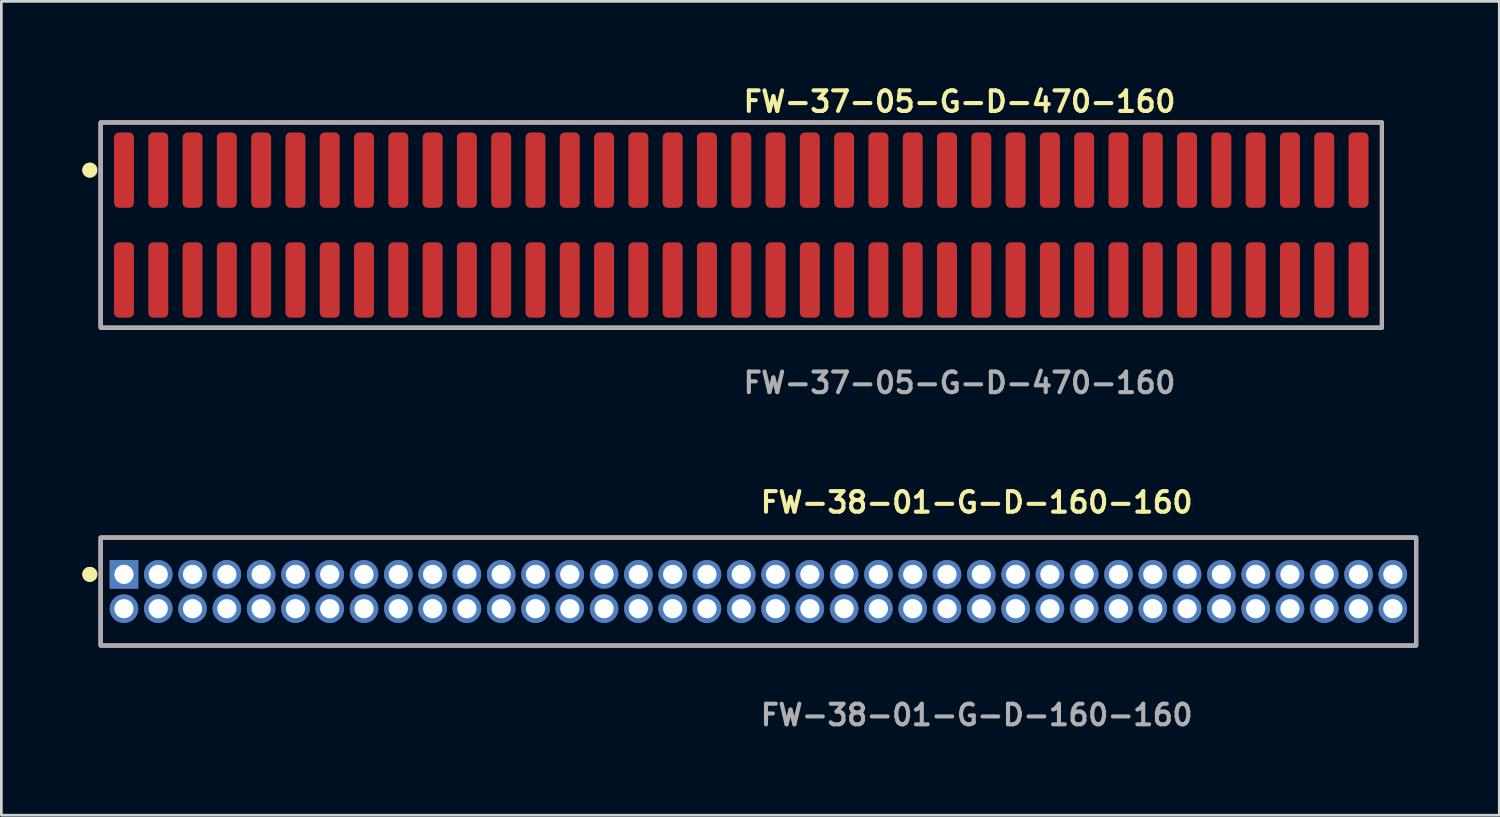
<source format=kicad_pcb>
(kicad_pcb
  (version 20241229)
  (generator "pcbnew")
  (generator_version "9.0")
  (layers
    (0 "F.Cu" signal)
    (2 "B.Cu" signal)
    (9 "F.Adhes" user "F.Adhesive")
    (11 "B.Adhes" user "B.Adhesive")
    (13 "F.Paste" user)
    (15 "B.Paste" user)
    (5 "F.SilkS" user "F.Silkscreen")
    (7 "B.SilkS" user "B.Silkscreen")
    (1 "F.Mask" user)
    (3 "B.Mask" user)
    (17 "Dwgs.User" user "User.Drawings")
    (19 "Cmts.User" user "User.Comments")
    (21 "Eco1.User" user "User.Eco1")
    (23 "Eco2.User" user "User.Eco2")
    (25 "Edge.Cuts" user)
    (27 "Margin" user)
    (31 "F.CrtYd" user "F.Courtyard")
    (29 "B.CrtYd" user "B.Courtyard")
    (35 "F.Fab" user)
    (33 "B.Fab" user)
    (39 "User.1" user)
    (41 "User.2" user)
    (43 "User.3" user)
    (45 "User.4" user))
  (footprint "FW-37-05-G-D-470-160"
    (layer "F.Cu")
    (at 24.401 5.285)
    (property "Reference" "FW-37-05-G-D-470-160" (at 0 -4.572 0) (unlocked yes) (layer "F.SilkS") (effects (font (size 0.762 0.762) (thickness 0.152)) (justify left)))
    (fp_rect (start -23.725 3.8) (end 23.725 -3.8) (stroke (width 0.152) (type solid)) (fill no) (layer "F.SilkS"))
    (fp_circle (center -24.125 -2.035) (end -24.325 -2.035) (stroke (width 0.152) (type solid)) (fill yes) (layer "F.SilkS"))
    (fp_circle (center -24.125 -2.035) (end -24.325 -2.035) (stroke (width 0.152) (type solid)) (fill yes) (layer "F.SilkS"))
    (fp_rect (start -23.725 3.8) (end 23.725 -3.8) (stroke (width 0.006) (type solid)) (fill no) (layer "F.CrtYd"))
    (fp_rect (start -23.725 3.8) (end 23.725 -3.8) (stroke (width 0.152) (type solid)) (fill no) (layer "F.Fab"))
    (fp_text user "${REFERENCE}" (at 0 5.842 0) (unlocked yes) (layer "F.Fab") (effects (font (size 0.762 0.762) (thickness 0.152)) (justify left)))
    (pad "1" smd roundrect (at -22.86 -2.035) (size 0.74 2.79) (layers "F.Cu" "F.Paste") (roundrect_rratio 0.25))
    (pad "2" smd roundrect (at -22.86 2.035) (size 0.74 2.79) (layers "F.Cu" "F.Paste") (roundrect_rratio 0.25))
    (pad "3" smd roundrect (at -21.59 -2.035) (size 0.74 2.79) (layers "F.Cu" "F.Paste") (roundrect_rratio 0.25))
    (pad "4" smd roundrect (at -21.59 2.035) (size 0.74 2.79) (layers "F.Cu" "F.Paste") (roundrect_rratio 0.25))
    (pad "5" smd roundrect (at -20.32 -2.035) (size 0.74 2.79) (layers "F.Cu" "F.Paste") (roundrect_rratio 0.25))
    (pad "6" smd roundrect (at -20.32 2.035) (size 0.74 2.79) (layers "F.Cu" "F.Paste") (roundrect_rratio 0.25))
    (pad "7" smd roundrect (at -19.05 -2.035) (size 0.74 2.79) (layers "F.Cu" "F.Paste") (roundrect_rratio 0.25))
    (pad "8" smd roundrect (at -19.05 2.035) (size 0.74 2.79) (layers "F.Cu" "F.Paste") (roundrect_rratio 0.25))
    (pad "9" smd roundrect (at -17.78 -2.035) (size 0.74 2.79) (layers "F.Cu" "F.Paste") (roundrect_rratio 0.25))
    (pad "10" smd roundrect (at -17.78 2.035) (size 0.74 2.79) (layers "F.Cu" "F.Paste") (roundrect_rratio 0.25))
    (pad "11" smd roundrect (at -16.51 -2.035) (size 0.74 2.79) (layers "F.Cu" "F.Paste") (roundrect_rratio 0.25))
    (pad "12" smd roundrect (at -16.51 2.035) (size 0.74 2.79) (layers "F.Cu" "F.Paste") (roundrect_rratio 0.25))
    (pad "13" smd roundrect (at -15.24 -2.035) (size 0.74 2.79) (layers "F.Cu" "F.Paste") (roundrect_rratio 0.25))
    (pad "14" smd roundrect (at -15.24 2.035) (size 0.74 2.79) (layers "F.Cu" "F.Paste") (roundrect_rratio 0.25))
    (pad "15" smd roundrect (at -13.97 -2.035) (size 0.74 2.79) (layers "F.Cu" "F.Paste") (roundrect_rratio 0.25))
    (pad "16" smd roundrect (at -13.97 2.035) (size 0.74 2.79) (layers "F.Cu" "F.Paste") (roundrect_rratio 0.25))
    (pad "17" smd roundrect (at -12.7 -2.035) (size 0.74 2.79) (layers "F.Cu" "F.Paste") (roundrect_rratio 0.25))
    (pad "18" smd roundrect (at -12.7 2.035) (size 0.74 2.79) (layers "F.Cu" "F.Paste") (roundrect_rratio 0.25))
    (pad "19" smd roundrect (at -11.43 -2.035) (size 0.74 2.79) (layers "F.Cu" "F.Paste") (roundrect_rratio 0.25))
    (pad "20" smd roundrect (at -11.43 2.035) (size 0.74 2.79) (layers "F.Cu" "F.Paste") (roundrect_rratio 0.25))
    (pad "21" smd roundrect (at -10.16 -2.035) (size 0.74 2.79) (layers "F.Cu" "F.Paste") (roundrect_rratio 0.25))
    (pad "22" smd roundrect (at -10.16 2.035) (size 0.74 2.79) (layers "F.Cu" "F.Paste") (roundrect_rratio 0.25))
    (pad "23" smd roundrect (at -8.89 -2.035) (size 0.74 2.79) (layers "F.Cu" "F.Paste") (roundrect_rratio 0.25))
    (pad "24" smd roundrect (at -8.89 2.035) (size 0.74 2.79) (layers "F.Cu" "F.Paste") (roundrect_rratio 0.25))
    (pad "25" smd roundrect (at -7.62 -2.035) (size 0.74 2.79) (layers "F.Cu" "F.Paste") (roundrect_rratio 0.25))
    (pad "26" smd roundrect (at -7.62 2.035) (size 0.74 2.79) (layers "F.Cu" "F.Paste") (roundrect_rratio 0.25))
    (pad "27" smd roundrect (at -6.35 -2.035) (size 0.74 2.79) (layers "F.Cu" "F.Paste") (roundrect_rratio 0.25))
    (pad "28" smd roundrect (at -6.35 2.035) (size 0.74 2.79) (layers "F.Cu" "F.Paste") (roundrect_rratio 0.25))
    (pad "29" smd roundrect (at -5.08 -2.035) (size 0.74 2.79) (layers "F.Cu" "F.Paste") (roundrect_rratio 0.25))
    (pad "30" smd roundrect (at -5.08 2.035) (size 0.74 2.79) (layers "F.Cu" "F.Paste") (roundrect_rratio 0.25))
    (pad "31" smd roundrect (at -3.81 -2.035) (size 0.74 2.79) (layers "F.Cu" "F.Paste") (roundrect_rratio 0.25))
    (pad "32" smd roundrect (at -3.81 2.035) (size 0.74 2.79) (layers "F.Cu" "F.Paste") (roundrect_rratio 0.25))
    (pad "33" smd roundrect (at -2.54 -2.035) (size 0.74 2.79) (layers "F.Cu" "F.Paste") (roundrect_rratio 0.25))
    (pad "34" smd roundrect (at -2.54 2.035) (size 0.74 2.79) (layers "F.Cu" "F.Paste") (roundrect_rratio 0.25))
    (pad "35" smd roundrect (at -1.27 -2.035) (size 0.74 2.79) (layers "F.Cu" "F.Paste") (roundrect_rratio 0.25))
    (pad "36" smd roundrect (at -1.27 2.035) (size 0.74 2.79) (layers "F.Cu" "F.Paste") (roundrect_rratio 0.25))
    (pad "37" smd roundrect (at 0 -2.035) (size 0.74 2.79) (layers "F.Cu" "F.Paste") (roundrect_rratio 0.25))
    (pad "38" smd roundrect (at 0 2.035) (size 0.74 2.79) (layers "F.Cu" "F.Paste") (roundrect_rratio 0.25))
    (pad "39" smd roundrect (at 1.27 -2.035) (size 0.74 2.79) (layers "F.Cu" "F.Paste") (roundrect_rratio 0.25))
    (pad "40" smd roundrect (at 1.27 2.035) (size 0.74 2.79) (layers "F.Cu" "F.Paste") (roundrect_rratio 0.25))
    (pad "41" smd roundrect (at 2.54 -2.035) (size 0.74 2.79) (layers "F.Cu" "F.Paste") (roundrect_rratio 0.25))
    (pad "42" smd roundrect (at 2.54 2.035) (size 0.74 2.79) (layers "F.Cu" "F.Paste") (roundrect_rratio 0.25))
    (pad "43" smd roundrect (at 3.81 -2.035) (size 0.74 2.79) (layers "F.Cu" "F.Paste") (roundrect_rratio 0.25))
    (pad "44" smd roundrect (at 3.81 2.035) (size 0.74 2.79) (layers "F.Cu" "F.Paste") (roundrect_rratio 0.25))
    (pad "45" smd roundrect (at 5.08 -2.035) (size 0.74 2.79) (layers "F.Cu" "F.Paste") (roundrect_rratio 0.25))
    (pad "46" smd roundrect (at 5.08 2.035) (size 0.74 2.79) (layers "F.Cu" "F.Paste") (roundrect_rratio 0.25))
    (pad "47" smd roundrect (at 6.35 -2.035) (size 0.74 2.79) (layers "F.Cu" "F.Paste") (roundrect_rratio 0.25))
    (pad "48" smd roundrect (at 6.35 2.035) (size 0.74 2.79) (layers "F.Cu" "F.Paste") (roundrect_rratio 0.25))
    (pad "49" smd roundrect (at 7.62 -2.035) (size 0.74 2.79) (layers "F.Cu" "F.Paste") (roundrect_rratio 0.25))
    (pad "50" smd roundrect (at 7.62 2.035) (size 0.74 2.79) (layers "F.Cu" "F.Paste") (roundrect_rratio 0.25))
    (pad "51" smd roundrect (at 8.89 -2.035) (size 0.74 2.79) (layers "F.Cu" "F.Paste") (roundrect_rratio 0.25))
    (pad "52" smd roundrect (at 8.89 2.035) (size 0.74 2.79) (layers "F.Cu" "F.Paste") (roundrect_rratio 0.25))
    (pad "53" smd roundrect (at 10.16 -2.035) (size 0.74 2.79) (layers "F.Cu" "F.Paste") (roundrect_rratio 0.25))
    (pad "54" smd roundrect (at 10.16 2.035) (size 0.74 2.79) (layers "F.Cu" "F.Paste") (roundrect_rratio 0.25))
    (pad "55" smd roundrect (at 11.43 -2.035) (size 0.74 2.79) (layers "F.Cu" "F.Paste") (roundrect_rratio 0.25))
    (pad "56" smd roundrect (at 11.43 2.035) (size 0.74 2.79) (layers "F.Cu" "F.Paste") (roundrect_rratio 0.25))
    (pad "57" smd roundrect (at 12.7 -2.035) (size 0.74 2.79) (layers "F.Cu" "F.Paste") (roundrect_rratio 0.25))
    (pad "58" smd roundrect (at 12.7 2.035) (size 0.74 2.79) (layers "F.Cu" "F.Paste") (roundrect_rratio 0.25))
    (pad "59" smd roundrect (at 13.97 -2.035) (size 0.74 2.79) (layers "F.Cu" "F.Paste") (roundrect_rratio 0.25))
    (pad "60" smd roundrect (at 13.97 2.035) (size 0.74 2.79) (layers "F.Cu" "F.Paste") (roundrect_rratio 0.25))
    (pad "61" smd roundrect (at 15.24 -2.035) (size 0.74 2.79) (layers "F.Cu" "F.Paste") (roundrect_rratio 0.25))
    (pad "62" smd roundrect (at 15.24 2.035) (size 0.74 2.79) (layers "F.Cu" "F.Paste") (roundrect_rratio 0.25))
    (pad "63" smd roundrect (at 16.51 -2.035) (size 0.74 2.79) (layers "F.Cu" "F.Paste") (roundrect_rratio 0.25))
    (pad "64" smd roundrect (at 16.51 2.035) (size 0.74 2.79) (layers "F.Cu" "F.Paste") (roundrect_rratio 0.25))
    (pad "65" smd roundrect (at 17.78 -2.035) (size 0.74 2.79) (layers "F.Cu" "F.Paste") (roundrect_rratio 0.25))
    (pad "66" smd roundrect (at 17.78 2.035) (size 0.74 2.79) (layers "F.Cu" "F.Paste") (roundrect_rratio 0.25))
    (pad "67" smd roundrect (at 19.05 -2.035) (size 0.74 2.79) (layers "F.Cu" "F.Paste") (roundrect_rratio 0.25))
    (pad "68" smd roundrect (at 19.05 2.035) (size 0.74 2.79) (layers "F.Cu" "F.Paste") (roundrect_rratio 0.25))
    (pad "69" smd roundrect (at 20.32 -2.035) (size 0.74 2.79) (layers "F.Cu" "F.Paste") (roundrect_rratio 0.25))
    (pad "70" smd roundrect (at 20.32 2.035) (size 0.74 2.79) (layers "F.Cu" "F.Paste") (roundrect_rratio 0.25))
    (pad "71" smd roundrect (at 21.59 -2.035) (size 0.74 2.79) (layers "F.Cu" "F.Paste") (roundrect_rratio 0.25))
    (pad "72" smd roundrect (at 21.59 2.035) (size 0.74 2.79) (layers "F.Cu" "F.Paste") (roundrect_rratio 0.25))
    (pad "73" smd roundrect (at 22.86 -2.035) (size 0.74 2.79) (layers "F.Cu" "F.Paste") (roundrect_rratio 0.25))
    (pad "74" smd roundrect (at 22.86 2.035) (size 0.74 2.79) (layers "F.Cu" "F.Paste") (roundrect_rratio 0.25)))
  (footprint "FW-38-01-G-D-160-160"
    (layer "F.Cu")
    (at 25.036 18.856)
    (property "Reference" "FW-38-01-G-D-160-160" (at 0 -3.302 0) (unlocked yes) (layer "F.SilkS") (effects (font (size 0.762 0.762) (thickness 0.152)) (justify left)))
    (fp_rect (start -24.36 2) (end 24.36 -2) (stroke (width 0.152) (type solid)) (fill no) (layer "F.SilkS"))
    (fp_circle (center -24.76 -0.635) (end -24.96 -0.635) (stroke (width 0.152) (type solid)) (fill yes) (layer "F.SilkS"))
    (fp_circle (center -24.76 -0.635) (end -24.96 -0.635) (stroke (width 0.152) (type solid)) (fill yes) (layer "F.SilkS"))
    (fp_rect (start -24.36 2) (end 24.36 -2) (stroke (width 0.006) (type solid)) (fill no) (layer "F.CrtYd"))
    (fp_rect (start -24.36 2) (end 24.36 -2) (stroke (width 0.152) (type solid)) (fill no) (layer "F.Fab"))
    (fp_text user "${REFERENCE}" (at 0 4.572 0) (unlocked yes) (layer "F.Fab") (effects (font (size 0.762 0.762) (thickness 0.152)) (justify left)))
    (pad "1" thru_hole rect (at -23.495 -0.635) (size 1.06 1.06) (drill 0.71) (layers "*.Cu" "*.Mask"))
    (pad "2" thru_hole circle (at -23.495 0.635) (size 1.06 1.06) (drill 0.71) (layers "*.Cu" "*.Mask"))
    (pad "3" thru_hole circle (at -22.225 -0.635) (size 1.06 1.06) (drill 0.71) (layers "*.Cu" "*.Mask"))
    (pad "4" thru_hole circle (at -22.225 0.635) (size 1.06 1.06) (drill 0.71) (layers "*.Cu" "*.Mask"))
    (pad "5" thru_hole circle (at -20.955 -0.635) (size 1.06 1.06) (drill 0.71) (layers "*.Cu" "*.Mask"))
    (pad "6" thru_hole circle (at -20.955 0.635) (size 1.06 1.06) (drill 0.71) (layers "*.Cu" "*.Mask"))
    (pad "7" thru_hole circle (at -19.685 -0.635) (size 1.06 1.06) (drill 0.71) (layers "*.Cu" "*.Mask"))
    (pad "8" thru_hole circle (at -19.685 0.635) (size 1.06 1.06) (drill 0.71) (layers "*.Cu" "*.Mask"))
    (pad "9" thru_hole circle (at -18.415 -0.635) (size 1.06 1.06) (drill 0.71) (layers "*.Cu" "*.Mask"))
    (pad "10" thru_hole circle (at -18.415 0.635) (size 1.06 1.06) (drill 0.71) (layers "*.Cu" "*.Mask"))
    (pad "11" thru_hole circle (at -17.145 -0.635) (size 1.06 1.06) (drill 0.71) (layers "*.Cu" "*.Mask"))
    (pad "12" thru_hole circle (at -17.145 0.635) (size 1.06 1.06) (drill 0.71) (layers "*.Cu" "*.Mask"))
    (pad "13" thru_hole circle (at -15.875 -0.635) (size 1.06 1.06) (drill 0.71) (layers "*.Cu" "*.Mask"))
    (pad "14" thru_hole circle (at -15.875 0.635) (size 1.06 1.06) (drill 0.71) (layers "*.Cu" "*.Mask"))
    (pad "15" thru_hole circle (at -14.605 -0.635) (size 1.06 1.06) (drill 0.71) (layers "*.Cu" "*.Mask"))
    (pad "16" thru_hole circle (at -14.605 0.635) (size 1.06 1.06) (drill 0.71) (layers "*.Cu" "*.Mask"))
    (pad "17" thru_hole circle (at -13.335 -0.635) (size 1.06 1.06) (drill 0.71) (layers "*.Cu" "*.Mask"))
    (pad "18" thru_hole circle (at -13.335 0.635) (size 1.06 1.06) (drill 0.71) (layers "*.Cu" "*.Mask"))
    (pad "19" thru_hole circle (at -12.065 -0.635) (size 1.06 1.06) (drill 0.71) (layers "*.Cu" "*.Mask"))
    (pad "20" thru_hole circle (at -12.065 0.635) (size 1.06 1.06) (drill 0.71) (layers "*.Cu" "*.Mask"))
    (pad "21" thru_hole circle (at -10.795 -0.635) (size 1.06 1.06) (drill 0.71) (layers "*.Cu" "*.Mask"))
    (pad "22" thru_hole circle (at -10.795 0.635) (size 1.06 1.06) (drill 0.71) (layers "*.Cu" "*.Mask"))
    (pad "23" thru_hole circle (at -9.525 -0.635) (size 1.06 1.06) (drill 0.71) (layers "*.Cu" "*.Mask"))
    (pad "24" thru_hole circle (at -9.525 0.635) (size 1.06 1.06) (drill 0.71) (layers "*.Cu" "*.Mask"))
    (pad "25" thru_hole circle (at -8.255 -0.635) (size 1.06 1.06) (drill 0.71) (layers "*.Cu" "*.Mask"))
    (pad "26" thru_hole circle (at -8.255 0.635) (size 1.06 1.06) (drill 0.71) (layers "*.Cu" "*.Mask"))
    (pad "27" thru_hole circle (at -6.985 -0.635) (size 1.06 1.06) (drill 0.71) (layers "*.Cu" "*.Mask"))
    (pad "28" thru_hole circle (at -6.985 0.635) (size 1.06 1.06) (drill 0.71) (layers "*.Cu" "*.Mask"))
    (pad "29" thru_hole circle (at -5.715 -0.635) (size 1.06 1.06) (drill 0.71) (layers "*.Cu" "*.Mask"))
    (pad "30" thru_hole circle (at -5.715 0.635) (size 1.06 1.06) (drill 0.71) (layers "*.Cu" "*.Mask"))
    (pad "31" thru_hole circle (at -4.445 -0.635) (size 1.06 1.06) (drill 0.71) (layers "*.Cu" "*.Mask"))
    (pad "32" thru_hole circle (at -4.445 0.635) (size 1.06 1.06) (drill 0.71) (layers "*.Cu" "*.Mask"))
    (pad "33" thru_hole circle (at -3.175 -0.635) (size 1.06 1.06) (drill 0.71) (layers "*.Cu" "*.Mask"))
    (pad "34" thru_hole circle (at -3.175 0.635) (size 1.06 1.06) (drill 0.71) (layers "*.Cu" "*.Mask"))
    (pad "35" thru_hole circle (at -1.905 -0.635) (size 1.06 1.06) (drill 0.71) (layers "*.Cu" "*.Mask"))
    (pad "36" thru_hole circle (at -1.905 0.635) (size 1.06 1.06) (drill 0.71) (layers "*.Cu" "*.Mask"))
    (pad "37" thru_hole circle (at -0.635 -0.635) (size 1.06 1.06) (drill 0.71) (layers "*.Cu" "*.Mask"))
    (pad "38" thru_hole circle (at -0.635 0.635) (size 1.06 1.06) (drill 0.71) (layers "*.Cu" "*.Mask"))
    (pad "39" thru_hole circle (at 0.635 -0.635) (size 1.06 1.06) (drill 0.71) (layers "*.Cu" "*.Mask"))
    (pad "40" thru_hole circle (at 0.635 0.635) (size 1.06 1.06) (drill 0.71) (layers "*.Cu" "*.Mask"))
    (pad "41" thru_hole circle (at 1.905 -0.635) (size 1.06 1.06) (drill 0.71) (layers "*.Cu" "*.Mask"))
    (pad "42" thru_hole circle (at 1.905 0.635) (size 1.06 1.06) (drill 0.71) (layers "*.Cu" "*.Mask"))
    (pad "43" thru_hole circle (at 3.175 -0.635) (size 1.06 1.06) (drill 0.71) (layers "*.Cu" "*.Mask"))
    (pad "44" thru_hole circle (at 3.175 0.635) (size 1.06 1.06) (drill 0.71) (layers "*.Cu" "*.Mask"))
    (pad "45" thru_hole circle (at 4.445 -0.635) (size 1.06 1.06) (drill 0.71) (layers "*.Cu" "*.Mask"))
    (pad "46" thru_hole circle (at 4.445 0.635) (size 1.06 1.06) (drill 0.71) (layers "*.Cu" "*.Mask"))
    (pad "47" thru_hole circle (at 5.715 -0.635) (size 1.06 1.06) (drill 0.71) (layers "*.Cu" "*.Mask"))
    (pad "48" thru_hole circle (at 5.715 0.635) (size 1.06 1.06) (drill 0.71) (layers "*.Cu" "*.Mask"))
    (pad "49" thru_hole circle (at 6.985 -0.635) (size 1.06 1.06) (drill 0.71) (layers "*.Cu" "*.Mask"))
    (pad "50" thru_hole circle (at 6.985 0.635) (size 1.06 1.06) (drill 0.71) (layers "*.Cu" "*.Mask"))
    (pad "51" thru_hole circle (at 8.255 -0.635) (size 1.06 1.06) (drill 0.71) (layers "*.Cu" "*.Mask"))
    (pad "52" thru_hole circle (at 8.255 0.635) (size 1.06 1.06) (drill 0.71) (layers "*.Cu" "*.Mask"))
    (pad "53" thru_hole circle (at 9.525 -0.635) (size 1.06 1.06) (drill 0.71) (layers "*.Cu" "*.Mask"))
    (pad "54" thru_hole circle (at 9.525 0.635) (size 1.06 1.06) (drill 0.71) (layers "*.Cu" "*.Mask"))
    (pad "55" thru_hole circle (at 10.795 -0.635) (size 1.06 1.06) (drill 0.71) (layers "*.Cu" "*.Mask"))
    (pad "56" thru_hole circle (at 10.795 0.635) (size 1.06 1.06) (drill 0.71) (layers "*.Cu" "*.Mask"))
    (pad "57" thru_hole circle (at 12.065 -0.635) (size 1.06 1.06) (drill 0.71) (layers "*.Cu" "*.Mask"))
    (pad "58" thru_hole circle (at 12.065 0.635) (size 1.06 1.06) (drill 0.71) (layers "*.Cu" "*.Mask"))
    (pad "59" thru_hole circle (at 13.335 -0.635) (size 1.06 1.06) (drill 0.71) (layers "*.Cu" "*.Mask"))
    (pad "60" thru_hole circle (at 13.335 0.635) (size 1.06 1.06) (drill 0.71) (layers "*.Cu" "*.Mask"))
    (pad "61" thru_hole circle (at 14.605 -0.635) (size 1.06 1.06) (drill 0.71) (layers "*.Cu" "*.Mask"))
    (pad "62" thru_hole circle (at 14.605 0.635) (size 1.06 1.06) (drill 0.71) (layers "*.Cu" "*.Mask"))
    (pad "63" thru_hole circle (at 15.875 -0.635) (size 1.06 1.06) (drill 0.71) (layers "*.Cu" "*.Mask"))
    (pad "64" thru_hole circle (at 15.875 0.635) (size 1.06 1.06) (drill 0.71) (layers "*.Cu" "*.Mask"))
    (pad "65" thru_hole circle (at 17.145 -0.635) (size 1.06 1.06) (drill 0.71) (layers "*.Cu" "*.Mask"))
    (pad "66" thru_hole circle (at 17.145 0.635) (size 1.06 1.06) (drill 0.71) (layers "*.Cu" "*.Mask"))
    (pad "67" thru_hole circle (at 18.415 -0.635) (size 1.06 1.06) (drill 0.71) (layers "*.Cu" "*.Mask"))
    (pad "68" thru_hole circle (at 18.415 0.635) (size 1.06 1.06) (drill 0.71) (layers "*.Cu" "*.Mask"))
    (pad "69" thru_hole circle (at 19.685 -0.635) (size 1.06 1.06) (drill 0.71) (layers "*.Cu" "*.Mask"))
    (pad "70" thru_hole circle (at 19.685 0.635) (size 1.06 1.06) (drill 0.71) (layers "*.Cu" "*.Mask"))
    (pad "71" thru_hole circle (at 20.955 -0.635) (size 1.06 1.06) (drill 0.71) (layers "*.Cu" "*.Mask"))
    (pad "72" thru_hole circle (at 20.955 0.635) (size 1.06 1.06) (drill 0.71) (layers "*.Cu" "*.Mask"))
    (pad "73" thru_hole circle (at 22.225 -0.635) (size 1.06 1.06) (drill 0.71) (layers "*.Cu" "*.Mask"))
    (pad "74" thru_hole circle (at 22.225 0.635) (size 1.06 1.06) (drill 0.71) (layers "*.Cu" "*.Mask"))
    (pad "75" thru_hole circle (at 23.495 -0.635) (size 1.06 1.06) (drill 0.71) (layers "*.Cu" "*.Mask"))
    (pad "76" thru_hole circle (at 23.495 0.635) (size 1.06 1.06) (drill 0.71) (layers "*.Cu" "*.Mask")))
  (gr_rect
    (start -3 -3)
    (end 52.472 27.141)
    (stroke (width 0.1) (type default))
    (fill no)
    (layer "Edge.Cuts")))
</source>
